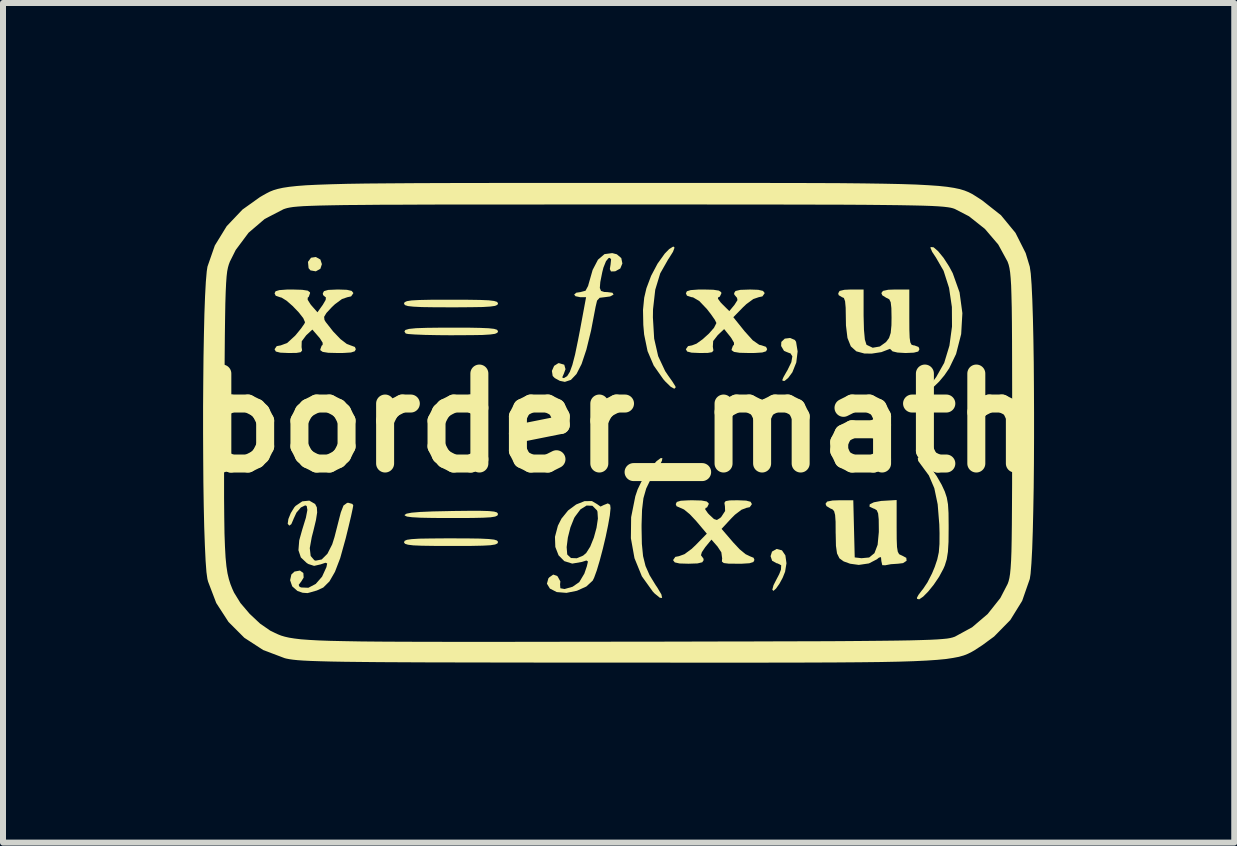
<source format=kicad_pcb>
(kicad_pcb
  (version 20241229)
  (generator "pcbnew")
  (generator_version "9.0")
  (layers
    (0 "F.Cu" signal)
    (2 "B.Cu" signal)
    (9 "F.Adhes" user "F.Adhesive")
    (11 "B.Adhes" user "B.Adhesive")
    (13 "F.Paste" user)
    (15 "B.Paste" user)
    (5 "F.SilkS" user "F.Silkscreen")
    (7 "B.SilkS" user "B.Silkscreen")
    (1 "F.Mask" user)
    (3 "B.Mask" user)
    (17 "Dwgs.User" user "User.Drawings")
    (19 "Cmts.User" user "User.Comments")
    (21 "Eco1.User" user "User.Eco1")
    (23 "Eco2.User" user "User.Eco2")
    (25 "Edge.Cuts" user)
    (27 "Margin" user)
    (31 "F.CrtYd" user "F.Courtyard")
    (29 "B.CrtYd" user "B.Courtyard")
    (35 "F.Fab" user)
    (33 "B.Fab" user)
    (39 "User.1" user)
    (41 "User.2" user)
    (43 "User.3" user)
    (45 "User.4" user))
  (footprint "border_math"
    (layer "F.Cu")
    (at 7.264 4)
    (property "Reference" "border_math" (at 0 0 0) (layer "F.SilkS") (effects (font (size 1.5 1.5) (thickness 0.3))))
    (attr board_only exclude_from_pos_files exclude_from_bom)
    (fp_poly (pts (xy -4.972 -2.723) (xy -4.947 -2.646) (xy -4.972 -2.569) (xy -5.048 -2.526) (xy -5.048 -2.526) (xy -5.138 -2.542) (xy -5.169 -2.579) (xy -5.179 -2.684) (xy -5.128 -2.753) (xy -5.048 -2.765)) (stroke (width 0) (type solid)) (fill yes) (layer "F.SilkS"))
    (fp_poly (pts (xy 2.724 2.126) (xy 2.781 2.211) (xy 2.799 2.341) (xy 2.776 2.483) (xy 2.735 2.585) (xy 2.681 2.684) (xy 2.625 2.763) (xy 2.582 2.802) (xy 2.563 2.783) (xy 2.563 2.782) (xy 2.583 2.707) (xy 2.62 2.634) (xy 2.678 2.523) (xy 2.707 2.448) (xy 2.711 2.375) (xy 2.652 2.344) (xy 2.637 2.342) (xy 2.56 2.3) (xy 2.534 2.223) (xy 2.558 2.147) (xy 2.634 2.103) (xy 2.635 2.103)) (stroke (width 0) (type solid)) (fill yes) (layer "F.SilkS"))
    (fp_poly (pts (xy 2.938 -1.382) (xy 2.959 -1.351) (xy 2.985 -1.191) (xy 2.963 -1.007) (xy 2.898 -0.844) (xy 2.896 -0.841) (xy 2.828 -0.749) (xy 2.768 -0.699) (xy 2.734 -0.701) (xy 2.731 -0.719) (xy 2.75 -0.764) (xy 2.8 -0.852) (xy 2.815 -0.877) (xy 2.88 -1.01) (xy 2.897 -1.109) (xy 2.864 -1.16) (xy 2.842 -1.164) (xy 2.758 -1.2) (xy 2.71 -1.281) (xy 2.713 -1.349) (xy 2.771 -1.404) (xy 2.86 -1.415)) (stroke (width 0) (type solid)) (fill yes) (layer "F.SilkS"))
    (fp_poly (pts (xy -2.514 -1.587) (xy -2.309 -1.583) (xy -2.166 -1.577) (xy -2.076 -1.567) (xy -2.028 -1.552) (xy -2.011 -1.53) (xy -2.011 -1.524) (xy -2.022 -1.501) (xy -2.061 -1.484) (xy -2.14 -1.473) (xy -2.27 -1.465) (xy -2.461 -1.462) (xy -2.725 -1.461) (xy -2.766 -1.46) (xy -3.01 -1.462) (xy -3.225 -1.466) (xy -3.396 -1.473) (xy -3.509 -1.481) (xy -3.549 -1.489) (xy -3.571 -1.522) (xy -3.556 -1.548) (xy -3.494 -1.566) (xy -3.377 -1.578) (xy -3.196 -1.584) (xy -2.944 -1.587) (xy -2.794 -1.587)) (stroke (width 0) (type solid)) (fill yes) (layer "F.SilkS"))
    (fp_poly (pts (xy -2.163 1.471) (xy -2.075 1.48) (xy -2.028 1.494) (xy -2.012 1.515) (xy -2.011 1.523) (xy -2.021 1.546) (xy -2.058 1.563) (xy -2.134 1.575) (xy -2.258 1.582) (xy -2.442 1.586) (xy -2.696 1.587) (xy -2.798 1.587) (xy -3.085 1.586) (xy -3.297 1.582) (xy -3.442 1.574) (xy -3.528 1.563) (xy -3.565 1.546) (xy -3.567 1.535) (xy -3.535 1.514) (xy -3.452 1.498) (xy -3.308 1.486) (xy -3.096 1.477) (xy -2.808 1.471) (xy -2.78 1.47) (xy -2.504 1.467) (xy -2.302 1.467)) (stroke (width 0) (type solid)) (fill yes) (layer "F.SilkS"))
    (fp_poly (pts (xy -2.514 -2.052) (xy -2.309 -2.049) (xy -2.166 -2.043) (xy -2.076 -2.032) (xy -2.028 -2.017) (xy -2.011 -1.996) (xy -2.011 -1.99) (xy -2.021 -1.967) (xy -2.06 -1.95) (xy -2.138 -1.939) (xy -2.266 -1.931) (xy -2.455 -1.928) (xy -2.714 -1.926) (xy -2.794 -1.926) (xy -3.074 -1.927) (xy -3.279 -1.93) (xy -3.422 -1.937) (xy -3.512 -1.947) (xy -3.56 -1.962) (xy -3.577 -1.983) (xy -3.577 -1.99) (xy -3.567 -2.012) (xy -3.528 -2.029) (xy -3.45 -2.041) (xy -3.322 -2.048) (xy -3.133 -2.052) (xy -2.874 -2.053) (xy -2.794 -2.053)) (stroke (width 0) (type solid)) (fill yes) (layer "F.SilkS"))
    (fp_poly (pts (xy -2.514 1.927) (xy -2.309 1.93) (xy -2.166 1.937) (xy -2.076 1.947) (xy -2.028 1.962) (xy -2.011 1.983) (xy -2.011 1.99) (xy -2.021 2.012) (xy -2.06 2.029) (xy -2.138 2.041) (xy -2.266 2.048) (xy -2.455 2.052) (xy -2.714 2.053) (xy -2.794 2.053) (xy -3.074 2.052) (xy -3.279 2.049) (xy -3.422 2.043) (xy -3.512 2.032) (xy -3.56 2.017) (xy -3.577 1.996) (xy -3.577 1.99) (xy -3.567 1.967) (xy -3.528 1.95) (xy -3.45 1.939) (xy -3.322 1.931) (xy -3.133 1.928) (xy -2.874 1.926) (xy -2.794 1.926)) (stroke (width 0) (type solid)) (fill yes) (layer "F.SilkS"))
    (fp_poly (pts (xy 5.252 -2.927) (xy 5.327 -2.862) (xy 5.418 -2.751) (xy 5.511 -2.607) (xy 5.571 -2.495) (xy 5.685 -2.175) (xy 5.732 -1.829) (xy 5.712 -1.48) (xy 5.627 -1.148) (xy 5.512 -0.909) (xy 5.432 -0.792) (xy 5.345 -0.688) (xy 5.265 -0.61) (xy 5.208 -0.574) (xy 5.186 -0.59) (xy 5.209 -0.639) (xy 5.268 -0.727) (xy 5.296 -0.764) (xy 5.429 -1) (xy 5.516 -1.287) (xy 5.559 -1.605) (xy 5.557 -1.932) (xy 5.51 -2.249) (xy 5.419 -2.534) (xy 5.291 -2.756) (xy 5.228 -2.851) (xy 5.2 -2.917) (xy 5.203 -2.931)) (stroke (width 0) (type solid)) (fill yes) (layer "F.SilkS"))
    (fp_poly (pts (xy 0.933 -2.922) (xy 0.907 -2.852) (xy 0.837 -2.74) (xy 0.828 -2.728) (xy 0.694 -2.492) (xy 0.611 -2.219) (xy 0.574 -1.892) (xy 0.572 -1.757) (xy 0.593 -1.404) (xy 0.66 -1.111) (xy 0.776 -0.863) (xy 0.825 -0.79) (xy 0.898 -0.687) (xy 0.944 -0.613) (xy 0.953 -0.593) (xy 0.929 -0.568) (xy 0.867 -0.603) (xy 0.778 -0.69) (xy 0.744 -0.729) (xy 0.585 -0.956) (xy 0.483 -1.195) (xy 0.426 -1.472) (xy 0.412 -1.632) (xy 0.407 -1.883) (xy 0.427 -2.087) (xy 0.464 -2.244) (xy 0.542 -2.451) (xy 0.649 -2.653) (xy 0.769 -2.821) (xy 0.844 -2.898) (xy 0.912 -2.94)) (stroke (width 0) (type solid)) (fill yes) (layer "F.SilkS"))
    (fp_poly (pts (xy 0.73 0.589) (xy 0.722 0.634) (xy 0.676 0.722) (xy 0.643 0.772) (xy 0.534 0.942) (xy 0.46 1.096) (xy 0.414 1.257) (xy 0.391 1.45) (xy 0.383 1.699) (xy 0.383 1.757) (xy 0.388 2.019) (xy 0.408 2.222) (xy 0.449 2.387) (xy 0.517 2.541) (xy 0.618 2.706) (xy 0.643 2.742) (xy 0.713 2.86) (xy 0.726 2.92) (xy 0.687 2.916) (xy 0.6 2.845) (xy 0.57 2.813) (xy 0.388 2.559) (xy 0.265 2.257) (xy 0.205 1.924) (xy 0.209 1.574) (xy 0.279 1.224) (xy 0.317 1.111) (xy 0.376 0.988) (xy 0.457 0.857) (xy 0.547 0.735) (xy 0.632 0.64) (xy 0.7 0.589)) (stroke (width 0) (type solid)) (fill yes) (layer "F.SilkS"))
    (fp_poly (pts (xy 5.038 0.589) (xy 5.116 0.651) (xy 5.209 0.755) (xy 5.303 0.887) (xy 5.385 1.03) (xy 5.388 1.036) (xy 5.439 1.146) (xy 5.472 1.246) (xy 5.492 1.358) (xy 5.501 1.505) (xy 5.503 1.709) (xy 5.503 1.757) (xy 5.501 1.985) (xy 5.491 2.151) (xy 5.471 2.275) (xy 5.439 2.379) (xy 5.414 2.436) (xy 5.343 2.568) (xy 5.255 2.698) (xy 5.163 2.812) (xy 5.078 2.898) (xy 5.012 2.943) (xy 4.977 2.935) (xy 4.974 2.917) (xy 4.999 2.87) (xy 5.06 2.789) (xy 5.077 2.769) (xy 5.149 2.661) (xy 5.226 2.511) (xy 5.271 2.403) (xy 5.313 2.278) (xy 5.339 2.159) (xy 5.35 2.021) (xy 5.351 1.838) (xy 5.347 1.693) (xy 5.32 1.358) (xy 5.264 1.09) (xy 5.173 0.877) (xy 5.05 0.71) (xy 4.995 0.635) (xy 4.988 0.586) (xy 4.989 0.585)) (stroke (width 0) (type solid)) (fill yes) (layer "F.SilkS"))
    (fp_poly (pts (xy 4.085 -1.786) (xy 4.091 -1.551) (xy 4.106 -1.389) (xy 4.132 -1.305) (xy 4.136 -1.3) (xy 4.237 -1.252) (xy 4.356 -1.273) (xy 4.459 -1.347) (xy 4.509 -1.414) (xy 4.537 -1.499) (xy 4.549 -1.626) (xy 4.551 -1.753) (xy 4.548 -1.914) (xy 4.537 -2.01) (xy 4.513 -2.06) (xy 4.47 -2.082) (xy 4.466 -2.083) (xy 4.397 -2.126) (xy 4.381 -2.164) (xy 4.408 -2.2) (xy 4.496 -2.219) (xy 4.614 -2.223) (xy 4.847 -2.223) (xy 4.847 -1.757) (xy 4.848 -1.553) (xy 4.853 -1.419) (xy 4.864 -1.341) (xy 4.884 -1.303) (xy 4.916 -1.292) (xy 4.932 -1.291) (xy 5.001 -1.265) (xy 5.016 -1.228) (xy 4.996 -1.189) (xy 4.922 -1.17) (xy 4.784 -1.164) (xy 4.649 -1.172) (xy 4.567 -1.192) (xy 4.551 -1.209) (xy 4.525 -1.234) (xy 4.507 -1.227) (xy 4.382 -1.179) (xy 4.22 -1.154) (xy 4.097 -1.156) (xy 3.964 -1.192) (xy 3.872 -1.275) (xy 3.816 -1.415) (xy 3.791 -1.623) (xy 3.789 -1.741) (xy 3.786 -1.92) (xy 3.776 -2.028) (xy 3.756 -2.082) (xy 3.725 -2.095) (xy 3.669 -2.129) (xy 3.662 -2.159) (xy 3.684 -2.199) (xy 3.763 -2.218) (xy 3.873 -2.223) (xy 4.085 -2.223)) (stroke (width 0) (type solid)) (fill yes) (layer "F.SilkS"))
    (fp_poly (pts (xy 4.636 1.737) (xy 4.637 1.938) (xy 4.642 2.07) (xy 4.655 2.149) (xy 4.677 2.19) (xy 4.713 2.208) (xy 4.72 2.21) (xy 4.797 2.251) (xy 4.802 2.3) (xy 4.742 2.339) (xy 4.66 2.349) (xy 4.54 2.357) (xy 4.45 2.374) (xy 4.448 2.375) (xy 4.396 2.373) (xy 4.381 2.305) (xy 4.375 2.239) (xy 4.341 2.247) (xy 4.307 2.275) (xy 4.174 2.344) (xy 4.005 2.369) (xy 3.86 2.349) (xy 3.752 2.31) (xy 3.682 2.259) (xy 3.642 2.178) (xy 3.624 2.051) (xy 3.62 1.859) (xy 3.619 1.832) (xy 3.618 1.65) (xy 3.61 1.536) (xy 3.593 1.472) (xy 3.564 1.441) (xy 3.535 1.43) (xy 3.466 1.388) (xy 3.45 1.35) (xy 3.477 1.313) (xy 3.566 1.295) (xy 3.682 1.291) (xy 3.913 1.291) (xy 3.925 1.767) (xy 3.937 2.244) (xy 4.051 2.257) (xy 4.178 2.245) (xy 4.266 2.173) (xy 4.319 2.033) (xy 4.339 1.821) (xy 4.339 1.774) (xy 4.337 1.609) (xy 4.327 1.51) (xy 4.304 1.457) (xy 4.265 1.433) (xy 4.253 1.43) (xy 4.183 1.397) (xy 4.187 1.359) (xy 4.256 1.325) (xy 4.379 1.302) (xy 4.417 1.3) (xy 4.636 1.287)) (stroke (width 0) (type solid)) (fill yes) (layer "F.SilkS"))
    (fp_poly (pts (xy -0.029 -2.81) (xy 0.045 -2.747) (xy 0.063 -2.657) (xy 0.028 -2.573) (xy -0.057 -2.526) (xy -0.059 -2.526) (xy -0.127 -2.524) (xy -0.146 -2.564) (xy -0.134 -2.64) (xy -0.125 -2.728) (xy -0.148 -2.751) (xy -0.168 -2.746) (xy -0.21 -2.695) (xy -0.253 -2.588) (xy -0.272 -2.513) (xy -0.305 -2.349) (xy -0.313 -2.249) (xy -0.293 -2.199) (xy -0.239 -2.182) (xy -0.188 -2.18) (xy -0.103 -2.169) (xy -0.084 -2.139) (xy -0.085 -2.138) (xy -0.142 -2.107) (xy -0.233 -2.095) (xy -0.316 -2.085) (xy -0.359 -2.038) (xy -0.383 -1.937) (xy -0.459 -1.539) (xy -0.537 -1.221) (xy -0.617 -0.981) (xy -0.702 -0.814) (xy -0.795 -0.716) (xy -0.896 -0.683) (xy -0.98 -0.7) (xy -1.064 -0.746) (xy -1.099 -0.781) (xy -1.112 -0.866) (xy -1.075 -0.95) (xy -1.006 -0.994) (xy -0.994 -0.995) (xy -0.906 -0.969) (xy -0.885 -0.895) (xy -0.912 -0.821) (xy -0.94 -0.757) (xy -0.917 -0.746) (xy -0.904 -0.75) (xy -0.856 -0.781) (xy -0.813 -0.85) (xy -0.771 -0.965) (xy -0.726 -1.138) (xy -0.676 -1.38) (xy -0.646 -1.535) (xy -0.542 -2.095) (xy -0.641 -2.095) (xy -0.718 -2.111) (xy -0.741 -2.138) (xy -0.705 -2.17) (xy -0.636 -2.18) (xy -0.551 -2.203) (xy -0.508 -2.284) (xy -0.505 -2.297) (xy -0.433 -2.549) (xy -0.344 -2.72) (xy -0.235 -2.813) (xy -0.106 -2.83)) (stroke (width 0) (type solid)) (fill yes) (layer "F.SilkS"))
    (fp_poly (pts (xy -0.359 1.355) (xy -0.301 1.396) (xy -0.247 1.37) (xy -0.179 1.343) (xy -0.141 1.366) (xy -0.134 1.422) (xy -0.146 1.542) (xy -0.175 1.706) (xy -0.215 1.899) (xy -0.263 2.101) (xy -0.314 2.294) (xy -0.364 2.462) (xy -0.409 2.585) (xy -0.432 2.631) (xy -0.538 2.729) (xy -0.695 2.8) (xy -0.869 2.835) (xy -1.03 2.822) (xy -1.033 2.821) (xy -1.146 2.763) (xy -1.195 2.682) (xy -1.171 2.594) (xy -1.155 2.576) (xy -1.09 2.53) (xy -1.031 2.55) (xy -1.017 2.56) (xy -0.971 2.644) (xy -0.976 2.694) (xy -0.971 2.758) (xy -0.901 2.771) (xy -0.767 2.733) (xy -0.656 2.656) (xy -0.571 2.514) (xy -0.529 2.391) (xy -0.511 2.312) (xy -0.537 2.295) (xy -0.611 2.319) (xy -0.773 2.347) (xy -0.905 2.306) (xy -1.001 2.209) (xy -1.054 2.072) (xy -0.866 2.072) (xy -0.857 2.189) (xy -0.853 2.199) (xy -0.794 2.254) (xy -0.698 2.258) (xy -0.592 2.214) (xy -0.54 2.17) (xy -0.473 2.064) (xy -0.413 1.915) (xy -0.368 1.75) (xy -0.345 1.597) (xy -0.352 1.483) (xy -0.36 1.46) (xy -0.436 1.383) (xy -0.533 1.379) (xy -0.636 1.443) (xy -0.731 1.57) (xy -0.743 1.593) (xy -0.803 1.743) (xy -0.846 1.913) (xy -0.866 2.072) (xy -1.054 2.072) (xy -1.055 2.07) (xy -1.061 1.901) (xy -1.012 1.715) (xy -0.953 1.598) (xy -0.842 1.461) (xy -0.707 1.361) (xy -0.569 1.306) (xy -0.445 1.304)) (stroke (width 0) (type solid)) (fill yes) (layer "F.SilkS"))
    (fp_poly (pts (xy 2.127 1.297) (xy 2.201 1.316) (xy 2.222 1.354) (xy 2.223 1.355) (xy 2.187 1.406) (xy 2.131 1.418) (xy 2.049 1.449) (xy 1.94 1.532) (xy 1.879 1.593) (xy 1.717 1.768) (xy 1.912 1.995) (xy 2.019 2.109) (xy 2.117 2.19) (xy 2.184 2.222) (xy 2.185 2.223) (xy 2.251 2.25) (xy 2.265 2.286) (xy 2.247 2.321) (xy 2.182 2.341) (xy 2.054 2.349) (xy 1.985 2.349) (xy 1.836 2.348) (xy 1.754 2.338) (xy 1.723 2.314) (xy 1.725 2.272) (xy 1.727 2.263) (xy 1.713 2.159) (xy 1.649 2.062) (xy 1.548 1.947) (xy 1.444 2.074) (xy 1.388 2.157) (xy 1.373 2.209) (xy 1.379 2.215) (xy 1.415 2.264) (xy 1.418 2.29) (xy 1.395 2.325) (xy 1.316 2.344) (xy 1.168 2.349) (xy 1.164 2.349) (xy 1.017 2.345) (xy 0.937 2.327) (xy 0.911 2.294) (xy 0.91 2.286) (xy 0.946 2.235) (xy 1.007 2.223) (xy 1.098 2.19) (xy 1.219 2.101) (xy 1.288 2.035) (xy 1.471 1.848) (xy 1.29 1.633) (xy 1.186 1.523) (xy 1.091 1.445) (xy 1.031 1.418) (xy 0.966 1.39) (xy 0.953 1.355) (xy 0.971 1.319) (xy 1.037 1.299) (xy 1.165 1.292) (xy 1.228 1.291) (xy 1.382 1.295) (xy 1.468 1.311) (xy 1.501 1.34) (xy 1.503 1.355) (xy 1.475 1.411) (xy 1.451 1.418) (xy 1.444 1.443) (xy 1.489 1.507) (xy 1.513 1.532) (xy 1.59 1.604) (xy 1.639 1.62) (xy 1.692 1.587) (xy 1.712 1.568) (xy 1.776 1.47) (xy 1.773 1.391) (xy 1.764 1.334) (xy 1.785 1.305) (xy 1.856 1.293) (xy 1.985 1.291)) (stroke (width 0) (type solid)) (fill yes) (layer "F.SilkS"))
    (fp_poly (pts (xy -5.06 1.353) (xy -5.059 1.355) (xy -5.031 1.41) (xy -5.026 1.494) (xy -5.046 1.622) (xy -5.091 1.809) (xy -5.116 1.905) (xy -5.149 2.089) (xy -5.134 2.22) (xy -5.073 2.291) (xy -5.05 2.298) (xy -4.95 2.278) (xy -4.855 2.183) (xy -4.775 2.026) (xy -4.737 1.905) (xy -4.694 1.737) (xy -4.653 1.576) (xy -4.631 1.492) (xy -4.587 1.379) (xy -4.527 1.335) (xy -4.507 1.333) (xy -4.439 1.352) (xy -4.424 1.377) (xy -4.434 1.432) (xy -4.46 1.553) (xy -4.5 1.722) (xy -4.549 1.922) (xy -4.558 1.955) (xy -4.642 2.257) (xy -4.729 2.484) (xy -4.821 2.644) (xy -4.924 2.746) (xy -5.03 2.795) (xy -5.134 2.825) (xy -5.186 2.839) (xy -5.269 2.833) (xy -5.355 2.803) (xy -5.442 2.726) (xy -5.477 2.624) (xy -5.456 2.529) (xy -5.404 2.48) (xy -5.313 2.463) (xy -5.256 2.504) (xy -5.251 2.58) (xy -5.288 2.641) (xy -5.334 2.702) (xy -5.32 2.733) (xy -5.293 2.745) (xy -5.172 2.75) (xy -5.05 2.686) (xy -4.944 2.565) (xy -4.871 2.405) (xy -4.859 2.344) (xy -4.888 2.333) (xy -4.968 2.36) (xy -5.077 2.385) (xy -5.173 2.354) (xy -5.202 2.335) (xy -5.298 2.244) (xy -5.338 2.124) (xy -5.325 1.96) (xy -5.276 1.784) (xy -5.214 1.583) (xy -5.189 1.453) (xy -5.2 1.387) (xy -5.225 1.376) (xy -5.297 1.411) (xy -5.371 1.497) (xy -5.421 1.605) (xy -5.423 1.612) (xy -5.457 1.69) (xy -5.491 1.714) (xy -5.517 1.683) (xy -5.506 1.604) (xy -5.466 1.505) (xy -5.407 1.409) (xy -5.387 1.386) (xy -5.274 1.309) (xy -5.157 1.297)) (stroke (width 0) (type solid)) (fill yes) (layer "F.SilkS"))
    (fp_poly (pts (xy 2.328 -2.218) (xy 2.407 -2.2) (xy 2.434 -2.167) (xy 2.434 -2.159) (xy 2.398 -2.108) (xy 2.337 -2.095) (xy 2.246 -2.064) (xy 2.13 -1.979) (xy 2.076 -1.928) (xy 1.913 -1.761) (xy 2.1 -1.528) (xy 2.237 -1.376) (xy 2.345 -1.301) (xy 2.381 -1.293) (xy 2.458 -1.267) (xy 2.477 -1.228) (xy 2.459 -1.193) (xy 2.396 -1.173) (xy 2.273 -1.165) (xy 2.18 -1.164) (xy 2.017 -1.168) (xy 1.924 -1.183) (xy 1.886 -1.21) (xy 1.884 -1.224) (xy 1.907 -1.287) (xy 1.923 -1.298) (xy 1.924 -1.336) (xy 1.88 -1.412) (xy 1.861 -1.438) (xy 1.76 -1.563) (xy 1.654 -1.463) (xy 1.577 -1.364) (xy 1.571 -1.267) (xy 1.572 -1.263) (xy 1.581 -1.207) (xy 1.559 -1.178) (xy 1.488 -1.166) (xy 1.359 -1.164) (xy 1.217 -1.17) (xy 1.143 -1.189) (xy 1.122 -1.227) (xy 1.122 -1.228) (xy 1.158 -1.279) (xy 1.223 -1.291) (xy 1.299 -1.32) (xy 1.402 -1.394) (xy 1.507 -1.489) (xy 1.591 -1.585) (xy 1.629 -1.66) (xy 1.63 -1.666) (xy 1.605 -1.717) (xy 1.541 -1.809) (xy 1.471 -1.899) (xy 1.344 -2.032) (xy 1.241 -2.092) (xy 1.217 -2.095) (xy 1.14 -2.12) (xy 1.122 -2.159) (xy 1.139 -2.194) (xy 1.202 -2.213) (xy 1.325 -2.222) (xy 1.418 -2.223) (xy 1.579 -2.219) (xy 1.671 -2.205) (xy 1.71 -2.179) (xy 1.714 -2.159) (xy 1.687 -2.103) (xy 1.663 -2.095) (xy 1.656 -2.07) (xy 1.702 -2.007) (xy 1.729 -1.979) (xy 1.846 -1.863) (xy 1.932 -1.967) (xy 1.982 -2.046) (xy 1.974 -2.087) (xy 1.972 -2.087) (xy 1.93 -2.137) (xy 1.926 -2.163) (xy 1.949 -2.198) (xy 2.028 -2.217) (xy 2.176 -2.222) (xy 2.18 -2.223)) (stroke (width 0) (type solid)) (fill yes) (layer "F.SilkS"))
    (fp_poly (pts (xy -4.53 -2.218) (xy -4.451 -2.2) (xy -4.424 -2.167) (xy -4.424 -2.159) (xy -4.46 -2.108) (xy -4.521 -2.095) (xy -4.612 -2.064) (xy -4.728 -1.979) (xy -4.78 -1.93) (xy -4.872 -1.831) (xy -4.91 -1.767) (xy -4.904 -1.716) (xy -4.884 -1.682) (xy -4.759 -1.523) (xy -4.636 -1.395) (xy -4.53 -1.314) (xy -4.467 -1.291) (xy -4.397 -1.265) (xy -4.381 -1.228) (xy -4.399 -1.193) (xy -4.462 -1.173) (xy -4.585 -1.165) (xy -4.678 -1.164) (xy -4.841 -1.168) (xy -4.934 -1.183) (xy -4.972 -1.21) (xy -4.974 -1.224) (xy -4.951 -1.287) (xy -4.935 -1.298) (xy -4.934 -1.335) (xy -4.98 -1.409) (xy -5.001 -1.434) (xy -5.106 -1.555) (xy -5.209 -1.459) (xy -5.283 -1.36) (xy -5.286 -1.263) (xy -5.277 -1.207) (xy -5.299 -1.178) (xy -5.37 -1.166) (xy -5.499 -1.164) (xy -5.641 -1.17) (xy -5.715 -1.189) (xy -5.736 -1.227) (xy -5.736 -1.228) (xy -5.7 -1.279) (xy -5.634 -1.291) (xy -5.525 -1.332) (xy -5.394 -1.452) (xy -5.38 -1.468) (xy -5.296 -1.571) (xy -5.241 -1.649) (xy -5.228 -1.677) (xy -5.258 -1.746) (xy -5.335 -1.844) (xy -5.435 -1.948) (xy -5.537 -2.037) (xy -5.62 -2.088) (xy -5.641 -2.093) (xy -5.717 -2.119) (xy -5.736 -2.159) (xy -5.719 -2.194) (xy -5.656 -2.213) (xy -5.533 -2.222) (xy -5.44 -2.223) (xy -5.276 -2.218) (xy -5.183 -2.204) (xy -5.146 -2.176) (xy -5.144 -2.163) (xy -5.167 -2.099) (xy -5.183 -2.088) (xy -5.184 -2.052) (xy -5.138 -1.978) (xy -5.122 -1.958) (xy -5.021 -1.843) (xy -4.931 -1.969) (xy -4.884 -2.05) (xy -4.88 -2.093) (xy -4.887 -2.095) (xy -4.927 -2.13) (xy -4.932 -2.159) (xy -4.912 -2.196) (xy -4.843 -2.216) (xy -4.708 -2.222) (xy -4.678 -2.223)) (stroke (width 0) (type solid)) (fill yes) (layer "F.SilkS"))
    (fp_poly (pts (xy 2.164 -4) (xy 2.74 -3.999) (xy 3.249 -3.998) (xy 3.697 -3.996) (xy 4.087 -3.992) (xy 4.424 -3.987) (xy 4.713 -3.981) (xy 4.959 -3.973) (xy 5.165 -3.962) (xy 5.337 -3.95) (xy 5.478 -3.935) (xy 5.594 -3.917) (xy 5.689 -3.897) (xy 5.768 -3.873) (xy 5.835 -3.846) (xy 5.894 -3.816) (xy 5.951 -3.781) (xy 6.01 -3.743) (xy 6.062 -3.709) (xy 6.376 -3.461) (xy 6.617 -3.168) (xy 6.787 -2.831) (xy 6.856 -2.603) (xy 6.872 -2.49) (xy 6.886 -2.302) (xy 6.898 -2.05) (xy 6.908 -1.743) (xy 6.916 -1.392) (xy 6.922 -1.006) (xy 6.925 -0.597) (xy 6.927 -0.173) (xy 6.927 0.255) (xy 6.925 0.677) (xy 6.921 1.082) (xy 6.914 1.462) (xy 6.906 1.805) (xy 6.896 2.102) (xy 6.883 2.343) (xy 6.869 2.518) (xy 6.856 2.603) (xy 6.729 2.968) (xy 6.531 3.288) (xy 6.261 3.563) (xy 6.062 3.709) (xy 5.999 3.75) (xy 5.941 3.788) (xy 5.884 3.821) (xy 5.824 3.851) (xy 5.756 3.878) (xy 5.675 3.901) (xy 5.576 3.92) (xy 5.457 3.938) (xy 5.31 3.952) (xy 5.134 3.964) (xy 4.921 3.974) (xy 4.669 3.982) (xy 4.373 3.988) (xy 4.027 3.992) (xy 3.629 3.995) (xy 3.172 3.997) (xy 2.652 3.998) (xy 2.066 3.999) (xy 1.407 3.999) (xy 0.673 3.998) (xy -0.03 3.998) (xy -0.811 3.998) (xy -1.512 3.997) (xy -2.138 3.996) (xy -2.693 3.995) (xy -3.182 3.994) (xy -3.609 3.992) (xy -3.979 3.99) (xy -4.296 3.987) (xy -4.565 3.984) (xy -4.791 3.98) (xy -4.978 3.975) (xy -5.131 3.97) (xy -5.254 3.964) (xy -5.353 3.957) (xy -5.43 3.949) (xy -5.492 3.94) (xy -5.543 3.93) (xy -5.569 3.923) (xy -5.926 3.788) (xy -6.24 3.584) (xy -6.504 3.32) (xy -6.708 3.005) (xy -6.844 2.649) (xy -6.856 2.603) (xy -6.872 2.488) (xy -6.886 2.299) (xy -6.898 2.046) (xy -6.909 1.738) (xy -6.917 1.385) (xy -6.923 0.999) (xy -6.924 0.864) (xy -6.578 0.864) (xy -6.578 1.252) (xy -6.575 1.577) (xy -6.571 1.846) (xy -6.563 2.066) (xy -6.553 2.245) (xy -6.539 2.39) (xy -6.521 2.508) (xy -6.498 2.606) (xy -6.471 2.691) (xy -6.439 2.771) (xy -6.412 2.83) (xy -6.305 3.004) (xy -6.151 3.185) (xy -5.977 3.348) (xy -5.808 3.465) (xy -5.783 3.477) (xy -5.73 3.503) (xy -5.678 3.527) (xy -5.625 3.548) (xy -5.564 3.566) (xy -5.493 3.582) (xy -5.405 3.596) (xy -5.298 3.609) (xy -5.165 3.619) (xy -5.003 3.628) (xy -4.806 3.635) (xy -4.571 3.64) (xy -4.293 3.645) (xy -3.966 3.648) (xy -3.588 3.65) (xy -3.152 3.651) (xy -2.655 3.652) (xy -2.091 3.652) (xy -1.457 3.651) (xy -0.748 3.65) (xy 0.041 3.649) (xy 0.085 3.649) (xy 0.869 3.648) (xy 1.574 3.646) (xy 2.202 3.645) (xy 2.76 3.643) (xy 3.25 3.642) (xy 3.679 3.64) (xy 4.05 3.637) (xy 4.367 3.634) (xy 4.636 3.631) (xy 4.861 3.627) (xy 5.045 3.622) (xy 5.195 3.617) (xy 5.314 3.611) (xy 5.406 3.604) (xy 5.477 3.597) (xy 5.53 3.588) (xy 5.57 3.578) (xy 5.602 3.567) (xy 5.606 3.566) (xy 5.894 3.409) (xy 6.154 3.187) (xy 6.365 2.921) (xy 6.487 2.685) (xy 6.503 2.64) (xy 6.516 2.586) (xy 6.527 2.517) (xy 6.536 2.425) (xy 6.544 2.303) (xy 6.55 2.145) (xy 6.554 1.944) (xy 6.557 1.693) (xy 6.559 1.386) (xy 6.561 1.015) (xy 6.561 0.573) (xy 6.562 0.055) (xy 6.562 0) (xy 6.562 -0.526) (xy 6.561 -0.975) (xy 6.56 -1.353) (xy 6.558 -1.666) (xy 6.555 -1.922) (xy 6.55 -2.128) (xy 6.545 -2.289) (xy 6.537 -2.414) (xy 6.528 -2.509) (xy 6.517 -2.58) (xy 6.504 -2.635) (xy 6.488 -2.681) (xy 6.487 -2.685) (xy 6.33 -2.973) (xy 6.108 -3.233) (xy 5.842 -3.444) (xy 5.606 -3.566) (xy 5.575 -3.577) (xy 5.536 -3.587) (xy 5.486 -3.595) (xy 5.418 -3.603) (xy 5.33 -3.61) (xy 5.217 -3.616) (xy 5.073 -3.621) (xy 4.896 -3.625) (xy 4.679 -3.629) (xy 4.419 -3.632) (xy 4.112 -3.635) (xy 3.752 -3.637) (xy 3.336 -3.638) (xy 2.859 -3.639) (xy 2.316 -3.64) (xy 1.703 -3.64) (xy 1.015 -3.641) (xy 0.249 -3.641) (xy 0.021 -3.641) (xy -0.767 -3.641) (xy -1.474 -3.64) (xy -2.106 -3.64) (xy -2.667 -3.64) (xy -3.161 -3.639) (xy -3.593 -3.637) (xy -3.967 -3.636) (xy -4.288 -3.633) (xy -4.56 -3.631) (xy -4.789 -3.627) (xy -4.977 -3.623) (xy -5.13 -3.618) (xy -5.253 -3.613) (xy -5.349 -3.606) (xy -5.424 -3.599) (xy -5.482 -3.59) (xy -5.526 -3.581) (xy -5.563 -3.57) (xy -5.588 -3.561) (xy -5.901 -3.399) (xy -6.17 -3.169) (xy -6.384 -2.882) (xy -6.481 -2.688) (xy -6.498 -2.643) (xy -6.513 -2.591) (xy -6.526 -2.526) (xy -6.536 -2.44) (xy -6.544 -2.327) (xy -6.551 -2.179) (xy -6.557 -1.989) (xy -6.561 -1.75) (xy -6.565 -1.455) (xy -6.568 -1.097) (xy -6.571 -0.669) (xy -6.574 -0.164) (xy -6.574 -0.129) (xy -6.576 0.406) (xy -6.578 0.864) (xy -6.924 0.864) (xy -6.926 0.589) (xy -6.928 0.164) (xy -6.928 -0.264) (xy -6.925 -0.687) (xy -6.921 -1.092) (xy -6.914 -1.472) (xy -6.906 -1.815) (xy -6.895 -2.112) (xy -6.882 -2.351) (xy -6.867 -2.524) (xy -6.855 -2.604) (xy -6.732 -2.957) (xy -6.535 -3.278) (xy -6.271 -3.556) (xy -5.981 -3.763) (xy -5.923 -3.797) (xy -5.869 -3.827) (xy -5.814 -3.855) (xy -5.754 -3.879) (xy -5.683 -3.9) (xy -5.597 -3.919) (xy -5.493 -3.935) (xy -5.364 -3.949) (xy -5.208 -3.961) (xy -5.018 -3.97) (xy -4.791 -3.978) (xy -4.522 -3.985) (xy -4.206 -3.99) (xy -3.839 -3.993) (xy -3.417 -3.996) (xy -2.934 -3.998) (xy -2.386 -3.999) (xy -1.77 -4) (xy -1.079 -4) (xy -0.31 -4) (xy -0.008 -4) (xy 0.794 -4) (xy 1.517 -4)) (stroke (width 0) (type solid)) (fill yes) (layer "F.SilkS")))
  (gr_rect
    (start -3 -3)
    (end 17.529 10.999)
    (stroke (width 0.1) (type default))
    (fill no)
    (layer "Edge.Cuts")))
</source>
